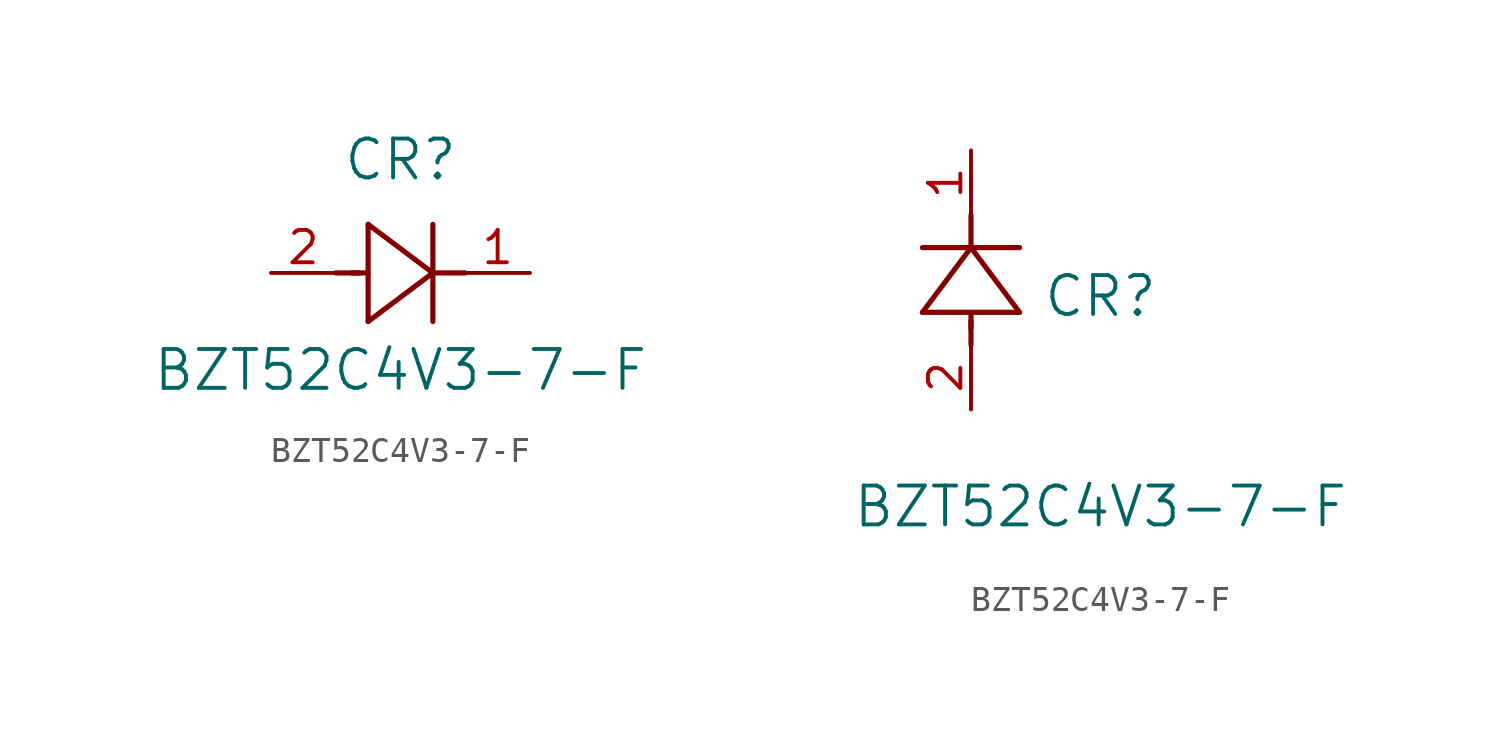
<source format=kicad_sym>
(kicad_symbol_lib
  (version 20211014)
  (generator kicad_symbol_editor)
  (symbol "BZT52C4V3-7-F"
    (pin_names
      (offset 0.254))
    (property "Reference" "CR"
      (at 5.08 4.445 0)
      (effects (font (size 1.524 1.524))))
    (property "Value" "BZT52C4V3-7-F"
      (at 5.08 -3.81 0)
      (effects (font (size 1.524 1.524))))
    (symbol "BZT52C4V3-7-F_1_1"
      (polyline (pts (xy 2.54 0) (xy 3.48 0)) (stroke (width 0.203) (type default) (color 0 0 0 0)) (fill (type none)))
      (polyline (pts (xy 3.81 1.905) (xy 3.81 -1.905)) (stroke (width 0.203) (type default) (color 0 0 0 0)) (fill (type none)))
      (polyline (pts (xy 3.175 0) (xy 3.81 0)) (stroke (width 0.203) (type default) (color 0 0 0 0)) (fill (type none)))
      (polyline (pts (xy 6.35 -1.905) (xy 6.35 1.905)) (stroke (width 0.203) (type default) (color 0 0 0 0)) (fill (type none)))
      (polyline (pts (xy 6.35 0) (xy 7.62 0)) (stroke (width 0.203) (type default) (color 0 0 0 0)) (fill (type none)))
      (polyline (pts (xy 6.35 0) (xy 3.81 1.905)) (stroke (width 0.203) (type default) (color 0 0 0 0)) (fill (type none)))
      (polyline (pts (xy 3.81 -1.905) (xy 6.35 0)) (stroke (width 0.203) (type default) (color 0 0 0 0)) (fill (type none)))
      (pin unspecified line (at 0 0 0) (length 2.54) (name "" (effects (font (size 1.27 1.27)))) (number "2" (effects (font (size 1.27 1.27)))))
      (pin unspecified line (at 10.16 0 180) (length 2.54) (name "" (effects (font (size 1.27 1.27)))) (number "1" (effects (font (size 1.27 1.27))))))
    (symbol "BZT52C4V3-7-F_1_2"
      (polyline (pts (xy 0 2.54) (xy 0 3.48)) (stroke (width 0.203) (type default) (color 0 0 0 0)) (fill (type none)))
      (polyline (pts (xy -1.905 3.81) (xy 1.905 3.81)) (stroke (width 0.203) (type default) (color 0 0 0 0)) (fill (type none)))
      (polyline (pts (xy 0 3.175) (xy 0 3.81)) (stroke (width 0.203) (type default) (color 0 0 0 0)) (fill (type none)))
      (polyline (pts (xy 1.905 6.35) (xy -1.905 6.35)) (stroke (width 0.203) (type default) (color 0 0 0 0)) (fill (type none)))
      (polyline (pts (xy 0 6.35) (xy 0 7.62)) (stroke (width 0.203) (type default) (color 0 0 0 0)) (fill (type none)))
      (polyline (pts (xy 0 6.35) (xy -1.905 3.81)) (stroke (width 0.203) (type default) (color 0 0 0 0)) (fill (type none)))
      (polyline (pts (xy 1.905 3.81) (xy 0 6.35)) (stroke (width 0.203) (type default) (color 0 0 0 0)) (fill (type none)))
      (pin unspecified line (at 0 0 90) (length 2.54) (name "" (effects (font (size 1.27 1.27)))) (number "2" (effects (font (size 1.27 1.27)))))
      (pin unspecified line (at 0 10.16 270) (length 2.54) (name "" (effects (font (size 1.27 1.27)))) (number "1" (effects (font (size 1.27 1.27))))))))
</source>
